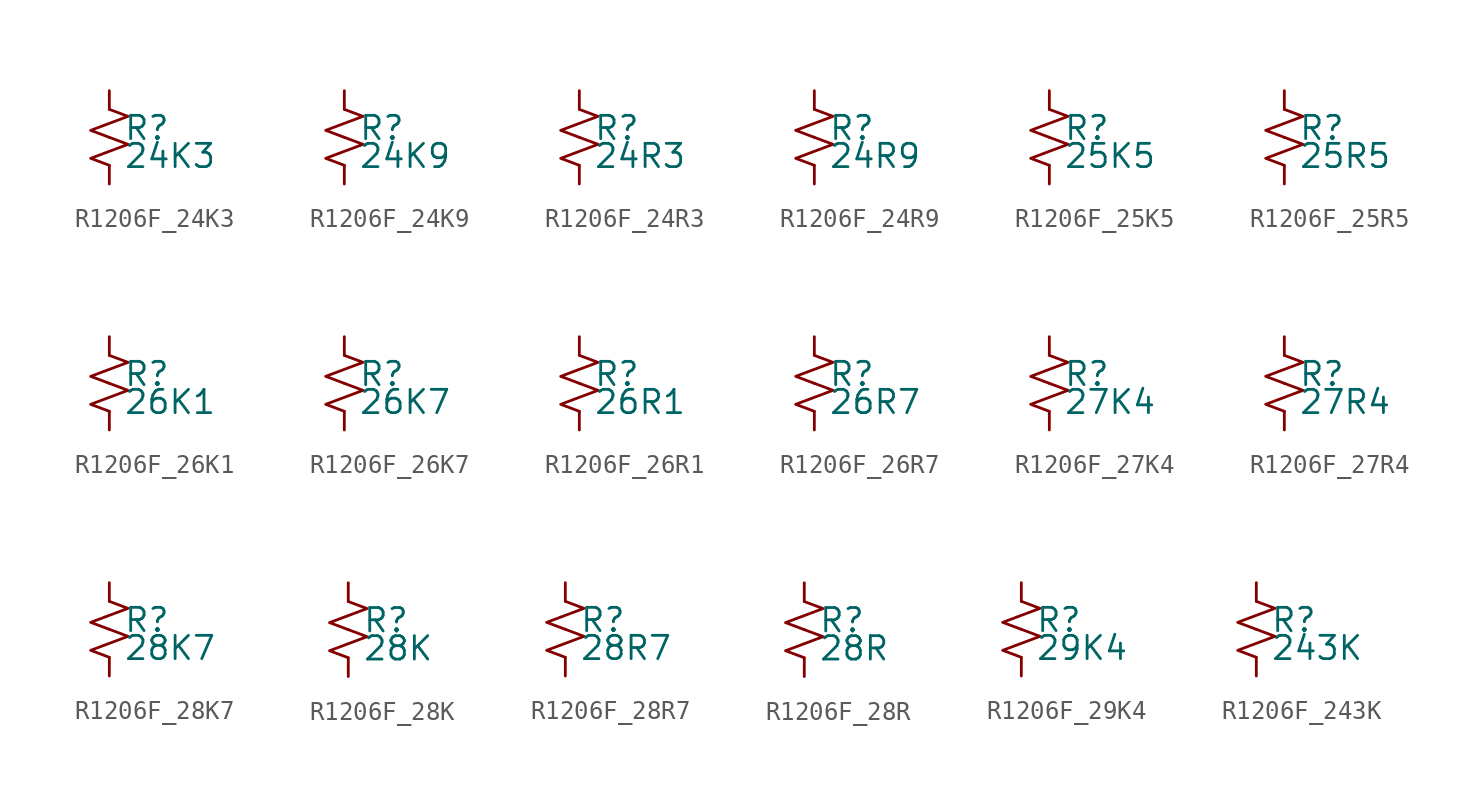
<source format=kicad_sym>
(kicad_symbol_lib
  (version 20220914)
  (generator kicad_symbol_editor)
  (symbol "R1206F_24K3"
    (pin_numbers hide)
    (pin_names
      (offset 0.254) hide)
    (property "Reference" "R"
      (at 0.762 0.508 0)
      (effects (font (size 1.27 1.27)) (justify left)))
    (property "Value" "24K3"
      (at 0.762 -1.016 0)
      (effects (font (size 1.27 1.27)) (justify left)))
    (symbol "R1206F_24K3_1_1"
      (polyline (pts (xy 0 0) (xy 1.016 -0.381) (xy 0 -0.762) (xy -1.016 -1.143) (xy 0 -1.524)) (stroke (width 0) (type default)) (fill (type none)))
      (polyline (pts (xy 0 1.524) (xy 1.016 1.143) (xy 0 0.762) (xy -1.016 0.381) (xy 0 0)) (stroke (width 0) (type default)) (fill (type none)))
      (pin passive line (at 0 2.54 270) (length 1.016) (name "~" (effects (font (size 1.27 1.27)))) (number "1" (effects (font (size 1.27 1.27)))))
      (pin passive line (at 0 -2.54 90) (length 1.016) (name "~" (effects (font (size 1.27 1.27)))) (number "2" (effects (font (size 1.27 1.27)))))))
  (symbol "R1206F_24K9"
    (pin_numbers hide)
    (pin_names
      (offset 0.254) hide)
    (property "Reference" "R"
      (at 0.762 0.508 0)
      (effects (font (size 1.27 1.27)) (justify left)))
    (property "Value" "24K9"
      (at 0.762 -1.016 0)
      (effects (font (size 1.27 1.27)) (justify left)))
    (symbol "R1206F_24K9_1_1"
      (polyline (pts (xy 0 0) (xy 1.016 -0.381) (xy 0 -0.762) (xy -1.016 -1.143) (xy 0 -1.524)) (stroke (width 0) (type default)) (fill (type none)))
      (polyline (pts (xy 0 1.524) (xy 1.016 1.143) (xy 0 0.762) (xy -1.016 0.381) (xy 0 0)) (stroke (width 0) (type default)) (fill (type none)))
      (pin passive line (at 0 2.54 270) (length 1.016) (name "~" (effects (font (size 1.27 1.27)))) (number "1" (effects (font (size 1.27 1.27)))))
      (pin passive line (at 0 -2.54 90) (length 1.016) (name "~" (effects (font (size 1.27 1.27)))) (number "2" (effects (font (size 1.27 1.27)))))))
  (symbol "R1206F_24R3"
    (pin_numbers hide)
    (pin_names
      (offset 0.254) hide)
    (property "Reference" "R"
      (at 0.762 0.508 0)
      (effects (font (size 1.27 1.27)) (justify left)))
    (property "Value" "24R3"
      (at 0.762 -1.016 0)
      (effects (font (size 1.27 1.27)) (justify left)))
    (symbol "R1206F_24R3_1_1"
      (polyline (pts (xy 0 0) (xy 1.016 -0.381) (xy 0 -0.762) (xy -1.016 -1.143) (xy 0 -1.524)) (stroke (width 0) (type default)) (fill (type none)))
      (polyline (pts (xy 0 1.524) (xy 1.016 1.143) (xy 0 0.762) (xy -1.016 0.381) (xy 0 0)) (stroke (width 0) (type default)) (fill (type none)))
      (pin passive line (at 0 2.54 270) (length 1.016) (name "~" (effects (font (size 1.27 1.27)))) (number "1" (effects (font (size 1.27 1.27)))))
      (pin passive line (at 0 -2.54 90) (length 1.016) (name "~" (effects (font (size 1.27 1.27)))) (number "2" (effects (font (size 1.27 1.27)))))))
  (symbol "R1206F_24R9"
    (pin_numbers hide)
    (pin_names
      (offset 0.254) hide)
    (property "Reference" "R"
      (at 0.762 0.508 0)
      (effects (font (size 1.27 1.27)) (justify left)))
    (property "Value" "24R9"
      (at 0.762 -1.016 0)
      (effects (font (size 1.27 1.27)) (justify left)))
    (symbol "R1206F_24R9_1_1"
      (polyline (pts (xy 0 0) (xy 1.016 -0.381) (xy 0 -0.762) (xy -1.016 -1.143) (xy 0 -1.524)) (stroke (width 0) (type default)) (fill (type none)))
      (polyline (pts (xy 0 1.524) (xy 1.016 1.143) (xy 0 0.762) (xy -1.016 0.381) (xy 0 0)) (stroke (width 0) (type default)) (fill (type none)))
      (pin passive line (at 0 2.54 270) (length 1.016) (name "~" (effects (font (size 1.27 1.27)))) (number "1" (effects (font (size 1.27 1.27)))))
      (pin passive line (at 0 -2.54 90) (length 1.016) (name "~" (effects (font (size 1.27 1.27)))) (number "2" (effects (font (size 1.27 1.27)))))))
  (symbol "R1206F_25K5"
    (pin_numbers hide)
    (pin_names
      (offset 0.254) hide)
    (property "Reference" "R"
      (at 0.762 0.508 0)
      (effects (font (size 1.27 1.27)) (justify left)))
    (property "Value" "25K5"
      (at 0.762 -1.016 0)
      (effects (font (size 1.27 1.27)) (justify left)))
    (symbol "R1206F_25K5_1_1"
      (polyline (pts (xy 0 0) (xy 1.016 -0.381) (xy 0 -0.762) (xy -1.016 -1.143) (xy 0 -1.524)) (stroke (width 0) (type default)) (fill (type none)))
      (polyline (pts (xy 0 1.524) (xy 1.016 1.143) (xy 0 0.762) (xy -1.016 0.381) (xy 0 0)) (stroke (width 0) (type default)) (fill (type none)))
      (pin passive line (at 0 2.54 270) (length 1.016) (name "~" (effects (font (size 1.27 1.27)))) (number "1" (effects (font (size 1.27 1.27)))))
      (pin passive line (at 0 -2.54 90) (length 1.016) (name "~" (effects (font (size 1.27 1.27)))) (number "2" (effects (font (size 1.27 1.27)))))))
  (symbol "R1206F_25R5"
    (pin_numbers hide)
    (pin_names
      (offset 0.254) hide)
    (property "Reference" "R"
      (at 0.762 0.508 0)
      (effects (font (size 1.27 1.27)) (justify left)))
    (property "Value" "25R5"
      (at 0.762 -1.016 0)
      (effects (font (size 1.27 1.27)) (justify left)))
    (symbol "R1206F_25R5_1_1"
      (polyline (pts (xy 0 0) (xy 1.016 -0.381) (xy 0 -0.762) (xy -1.016 -1.143) (xy 0 -1.524)) (stroke (width 0) (type default)) (fill (type none)))
      (polyline (pts (xy 0 1.524) (xy 1.016 1.143) (xy 0 0.762) (xy -1.016 0.381) (xy 0 0)) (stroke (width 0) (type default)) (fill (type none)))
      (pin passive line (at 0 2.54 270) (length 1.016) (name "~" (effects (font (size 1.27 1.27)))) (number "1" (effects (font (size 1.27 1.27)))))
      (pin passive line (at 0 -2.54 90) (length 1.016) (name "~" (effects (font (size 1.27 1.27)))) (number "2" (effects (font (size 1.27 1.27)))))))
  (symbol "R1206F_26K1"
    (pin_numbers hide)
    (pin_names
      (offset 0.254) hide)
    (property "Reference" "R"
      (at 0.762 0.508 0)
      (effects (font (size 1.27 1.27)) (justify left)))
    (property "Value" "26K1"
      (at 0.762 -1.016 0)
      (effects (font (size 1.27 1.27)) (justify left)))
    (symbol "R1206F_26K1_1_1"
      (polyline (pts (xy 0 0) (xy 1.016 -0.381) (xy 0 -0.762) (xy -1.016 -1.143) (xy 0 -1.524)) (stroke (width 0) (type default)) (fill (type none)))
      (polyline (pts (xy 0 1.524) (xy 1.016 1.143) (xy 0 0.762) (xy -1.016 0.381) (xy 0 0)) (stroke (width 0) (type default)) (fill (type none)))
      (pin passive line (at 0 2.54 270) (length 1.016) (name "~" (effects (font (size 1.27 1.27)))) (number "1" (effects (font (size 1.27 1.27)))))
      (pin passive line (at 0 -2.54 90) (length 1.016) (name "~" (effects (font (size 1.27 1.27)))) (number "2" (effects (font (size 1.27 1.27)))))))
  (symbol "R1206F_26K7"
    (pin_numbers hide)
    (pin_names
      (offset 0.254) hide)
    (property "Reference" "R"
      (at 0.762 0.508 0)
      (effects (font (size 1.27 1.27)) (justify left)))
    (property "Value" "26K7"
      (at 0.762 -1.016 0)
      (effects (font (size 1.27 1.27)) (justify left)))
    (symbol "R1206F_26K7_1_1"
      (polyline (pts (xy 0 0) (xy 1.016 -0.381) (xy 0 -0.762) (xy -1.016 -1.143) (xy 0 -1.524)) (stroke (width 0) (type default)) (fill (type none)))
      (polyline (pts (xy 0 1.524) (xy 1.016 1.143) (xy 0 0.762) (xy -1.016 0.381) (xy 0 0)) (stroke (width 0) (type default)) (fill (type none)))
      (pin passive line (at 0 2.54 270) (length 1.016) (name "~" (effects (font (size 1.27 1.27)))) (number "1" (effects (font (size 1.27 1.27)))))
      (pin passive line (at 0 -2.54 90) (length 1.016) (name "~" (effects (font (size 1.27 1.27)))) (number "2" (effects (font (size 1.27 1.27)))))))
  (symbol "R1206F_26R1"
    (pin_numbers hide)
    (pin_names
      (offset 0.254) hide)
    (property "Reference" "R"
      (at 0.762 0.508 0)
      (effects (font (size 1.27 1.27)) (justify left)))
    (property "Value" "26R1"
      (at 0.762 -1.016 0)
      (effects (font (size 1.27 1.27)) (justify left)))
    (symbol "R1206F_26R1_1_1"
      (polyline (pts (xy 0 0) (xy 1.016 -0.381) (xy 0 -0.762) (xy -1.016 -1.143) (xy 0 -1.524)) (stroke (width 0) (type default)) (fill (type none)))
      (polyline (pts (xy 0 1.524) (xy 1.016 1.143) (xy 0 0.762) (xy -1.016 0.381) (xy 0 0)) (stroke (width 0) (type default)) (fill (type none)))
      (pin passive line (at 0 2.54 270) (length 1.016) (name "~" (effects (font (size 1.27 1.27)))) (number "1" (effects (font (size 1.27 1.27)))))
      (pin passive line (at 0 -2.54 90) (length 1.016) (name "~" (effects (font (size 1.27 1.27)))) (number "2" (effects (font (size 1.27 1.27)))))))
  (symbol "R1206F_26R7"
    (pin_numbers hide)
    (pin_names
      (offset 0.254) hide)
    (property "Reference" "R"
      (at 0.762 0.508 0)
      (effects (font (size 1.27 1.27)) (justify left)))
    (property "Value" "26R7"
      (at 0.762 -1.016 0)
      (effects (font (size 1.27 1.27)) (justify left)))
    (symbol "R1206F_26R7_1_1"
      (polyline (pts (xy 0 0) (xy 1.016 -0.381) (xy 0 -0.762) (xy -1.016 -1.143) (xy 0 -1.524)) (stroke (width 0) (type default)) (fill (type none)))
      (polyline (pts (xy 0 1.524) (xy 1.016 1.143) (xy 0 0.762) (xy -1.016 0.381) (xy 0 0)) (stroke (width 0) (type default)) (fill (type none)))
      (pin passive line (at 0 2.54 270) (length 1.016) (name "~" (effects (font (size 1.27 1.27)))) (number "1" (effects (font (size 1.27 1.27)))))
      (pin passive line (at 0 -2.54 90) (length 1.016) (name "~" (effects (font (size 1.27 1.27)))) (number "2" (effects (font (size 1.27 1.27)))))))
  (symbol "R1206F_27K4"
    (pin_numbers hide)
    (pin_names
      (offset 0.254) hide)
    (property "Reference" "R"
      (at 0.762 0.508 0)
      (effects (font (size 1.27 1.27)) (justify left)))
    (property "Value" "27K4"
      (at 0.762 -1.016 0)
      (effects (font (size 1.27 1.27)) (justify left)))
    (symbol "R1206F_27K4_1_1"
      (polyline (pts (xy 0 0) (xy 1.016 -0.381) (xy 0 -0.762) (xy -1.016 -1.143) (xy 0 -1.524)) (stroke (width 0) (type default)) (fill (type none)))
      (polyline (pts (xy 0 1.524) (xy 1.016 1.143) (xy 0 0.762) (xy -1.016 0.381) (xy 0 0)) (stroke (width 0) (type default)) (fill (type none)))
      (pin passive line (at 0 2.54 270) (length 1.016) (name "~" (effects (font (size 1.27 1.27)))) (number "1" (effects (font (size 1.27 1.27)))))
      (pin passive line (at 0 -2.54 90) (length 1.016) (name "~" (effects (font (size 1.27 1.27)))) (number "2" (effects (font (size 1.27 1.27)))))))
  (symbol "R1206F_27R4"
    (pin_numbers hide)
    (pin_names
      (offset 0.254) hide)
    (property "Reference" "R"
      (at 0.762 0.508 0)
      (effects (font (size 1.27 1.27)) (justify left)))
    (property "Value" "27R4"
      (at 0.762 -1.016 0)
      (effects (font (size 1.27 1.27)) (justify left)))
    (symbol "R1206F_27R4_1_1"
      (polyline (pts (xy 0 0) (xy 1.016 -0.381) (xy 0 -0.762) (xy -1.016 -1.143) (xy 0 -1.524)) (stroke (width 0) (type default)) (fill (type none)))
      (polyline (pts (xy 0 1.524) (xy 1.016 1.143) (xy 0 0.762) (xy -1.016 0.381) (xy 0 0)) (stroke (width 0) (type default)) (fill (type none)))
      (pin passive line (at 0 2.54 270) (length 1.016) (name "~" (effects (font (size 1.27 1.27)))) (number "1" (effects (font (size 1.27 1.27)))))
      (pin passive line (at 0 -2.54 90) (length 1.016) (name "~" (effects (font (size 1.27 1.27)))) (number "2" (effects (font (size 1.27 1.27)))))))
  (symbol "R1206F_28K7"
    (pin_numbers hide)
    (pin_names
      (offset 0.254) hide)
    (property "Reference" "R"
      (at 0.762 0.508 0)
      (effects (font (size 1.27 1.27)) (justify left)))
    (property "Value" "28K7"
      (at 0.762 -1.016 0)
      (effects (font (size 1.27 1.27)) (justify left)))
    (symbol "R1206F_28K7_1_1"
      (polyline (pts (xy 0 0) (xy 1.016 -0.381) (xy 0 -0.762) (xy -1.016 -1.143) (xy 0 -1.524)) (stroke (width 0) (type default)) (fill (type none)))
      (polyline (pts (xy 0 1.524) (xy 1.016 1.143) (xy 0 0.762) (xy -1.016 0.381) (xy 0 0)) (stroke (width 0) (type default)) (fill (type none)))
      (pin passive line (at 0 2.54 270) (length 1.016) (name "~" (effects (font (size 1.27 1.27)))) (number "1" (effects (font (size 1.27 1.27)))))
      (pin passive line (at 0 -2.54 90) (length 1.016) (name "~" (effects (font (size 1.27 1.27)))) (number "2" (effects (font (size 1.27 1.27)))))))
  (symbol "R1206F_28K"
    (pin_numbers hide)
    (pin_names
      (offset 0.254) hide)
    (property "Reference" "R"
      (at 0.762 0.508 0)
      (effects (font (size 1.27 1.27)) (justify left)))
    (property "Value" "28K"
      (at 0.762 -1.016 0)
      (effects (font (size 1.27 1.27)) (justify left)))
    (symbol "R1206F_28K_1_1"
      (polyline (pts (xy 0 0) (xy 1.016 -0.381) (xy 0 -0.762) (xy -1.016 -1.143) (xy 0 -1.524)) (stroke (width 0) (type default)) (fill (type none)))
      (polyline (pts (xy 0 1.524) (xy 1.016 1.143) (xy 0 0.762) (xy -1.016 0.381) (xy 0 0)) (stroke (width 0) (type default)) (fill (type none)))
      (pin passive line (at 0 2.54 270) (length 1.016) (name "~" (effects (font (size 1.27 1.27)))) (number "1" (effects (font (size 1.27 1.27)))))
      (pin passive line (at 0 -2.54 90) (length 1.016) (name "~" (effects (font (size 1.27 1.27)))) (number "2" (effects (font (size 1.27 1.27)))))))
  (symbol "R1206F_28R7"
    (pin_numbers hide)
    (pin_names
      (offset 0.254) hide)
    (property "Reference" "R"
      (at 0.762 0.508 0)
      (effects (font (size 1.27 1.27)) (justify left)))
    (property "Value" "28R7"
      (at 0.762 -1.016 0)
      (effects (font (size 1.27 1.27)) (justify left)))
    (symbol "R1206F_28R7_1_1"
      (polyline (pts (xy 0 0) (xy 1.016 -0.381) (xy 0 -0.762) (xy -1.016 -1.143) (xy 0 -1.524)) (stroke (width 0) (type default)) (fill (type none)))
      (polyline (pts (xy 0 1.524) (xy 1.016 1.143) (xy 0 0.762) (xy -1.016 0.381) (xy 0 0)) (stroke (width 0) (type default)) (fill (type none)))
      (pin passive line (at 0 2.54 270) (length 1.016) (name "~" (effects (font (size 1.27 1.27)))) (number "1" (effects (font (size 1.27 1.27)))))
      (pin passive line (at 0 -2.54 90) (length 1.016) (name "~" (effects (font (size 1.27 1.27)))) (number "2" (effects (font (size 1.27 1.27)))))))
  (symbol "R1206F_28R"
    (pin_numbers hide)
    (pin_names
      (offset 0.254) hide)
    (property "Reference" "R"
      (at 0.762 0.508 0)
      (effects (font (size 1.27 1.27)) (justify left)))
    (property "Value" "28R"
      (at 0.762 -1.016 0)
      (effects (font (size 1.27 1.27)) (justify left)))
    (symbol "R1206F_28R_1_1"
      (polyline (pts (xy 0 0) (xy 1.016 -0.381) (xy 0 -0.762) (xy -1.016 -1.143) (xy 0 -1.524)) (stroke (width 0) (type default)) (fill (type none)))
      (polyline (pts (xy 0 1.524) (xy 1.016 1.143) (xy 0 0.762) (xy -1.016 0.381) (xy 0 0)) (stroke (width 0) (type default)) (fill (type none)))
      (pin passive line (at 0 2.54 270) (length 1.016) (name "~" (effects (font (size 1.27 1.27)))) (number "1" (effects (font (size 1.27 1.27)))))
      (pin passive line (at 0 -2.54 90) (length 1.016) (name "~" (effects (font (size 1.27 1.27)))) (number "2" (effects (font (size 1.27 1.27)))))))
  (symbol "R1206F_29K4"
    (pin_numbers hide)
    (pin_names
      (offset 0.254) hide)
    (property "Reference" "R"
      (at 0.762 0.508 0)
      (effects (font (size 1.27 1.27)) (justify left)))
    (property "Value" "29K4"
      (at 0.762 -1.016 0)
      (effects (font (size 1.27 1.27)) (justify left)))
    (symbol "R1206F_29K4_1_1"
      (polyline (pts (xy 0 0) (xy 1.016 -0.381) (xy 0 -0.762) (xy -1.016 -1.143) (xy 0 -1.524)) (stroke (width 0) (type default)) (fill (type none)))
      (polyline (pts (xy 0 1.524) (xy 1.016 1.143) (xy 0 0.762) (xy -1.016 0.381) (xy 0 0)) (stroke (width 0) (type default)) (fill (type none)))
      (pin passive line (at 0 2.54 270) (length 1.016) (name "~" (effects (font (size 1.27 1.27)))) (number "1" (effects (font (size 1.27 1.27)))))
      (pin passive line (at 0 -2.54 90) (length 1.016) (name "~" (effects (font (size 1.27 1.27)))) (number "2" (effects (font (size 1.27 1.27)))))))
  (symbol "R1206F_243K"
    (pin_numbers hide)
    (pin_names
      (offset 0.254) hide)
    (property "Reference" "R"
      (at 0.762 0.508 0)
      (effects (font (size 1.27 1.27)) (justify left)))
    (property "Value" "243K"
      (at 0.762 -1.016 0)
      (effects (font (size 1.27 1.27)) (justify left)))
    (symbol "R1206F_243K_1_1"
      (polyline (pts (xy 0 0) (xy 1.016 -0.381) (xy 0 -0.762) (xy -1.016 -1.143) (xy 0 -1.524)) (stroke (width 0) (type default)) (fill (type none)))
      (polyline (pts (xy 0 1.524) (xy 1.016 1.143) (xy 0 0.762) (xy -1.016 0.381) (xy 0 0)) (stroke (width 0) (type default)) (fill (type none)))
      (pin passive line (at 0 2.54 270) (length 1.016) (name "~" (effects (font (size 1.27 1.27)))) (number "1" (effects (font (size 1.27 1.27)))))
      (pin passive line (at 0 -2.54 90) (length 1.016) (name "~" (effects (font (size 1.27 1.27)))) (number "2" (effects (font (size 1.27 1.27))))))))
</source>
